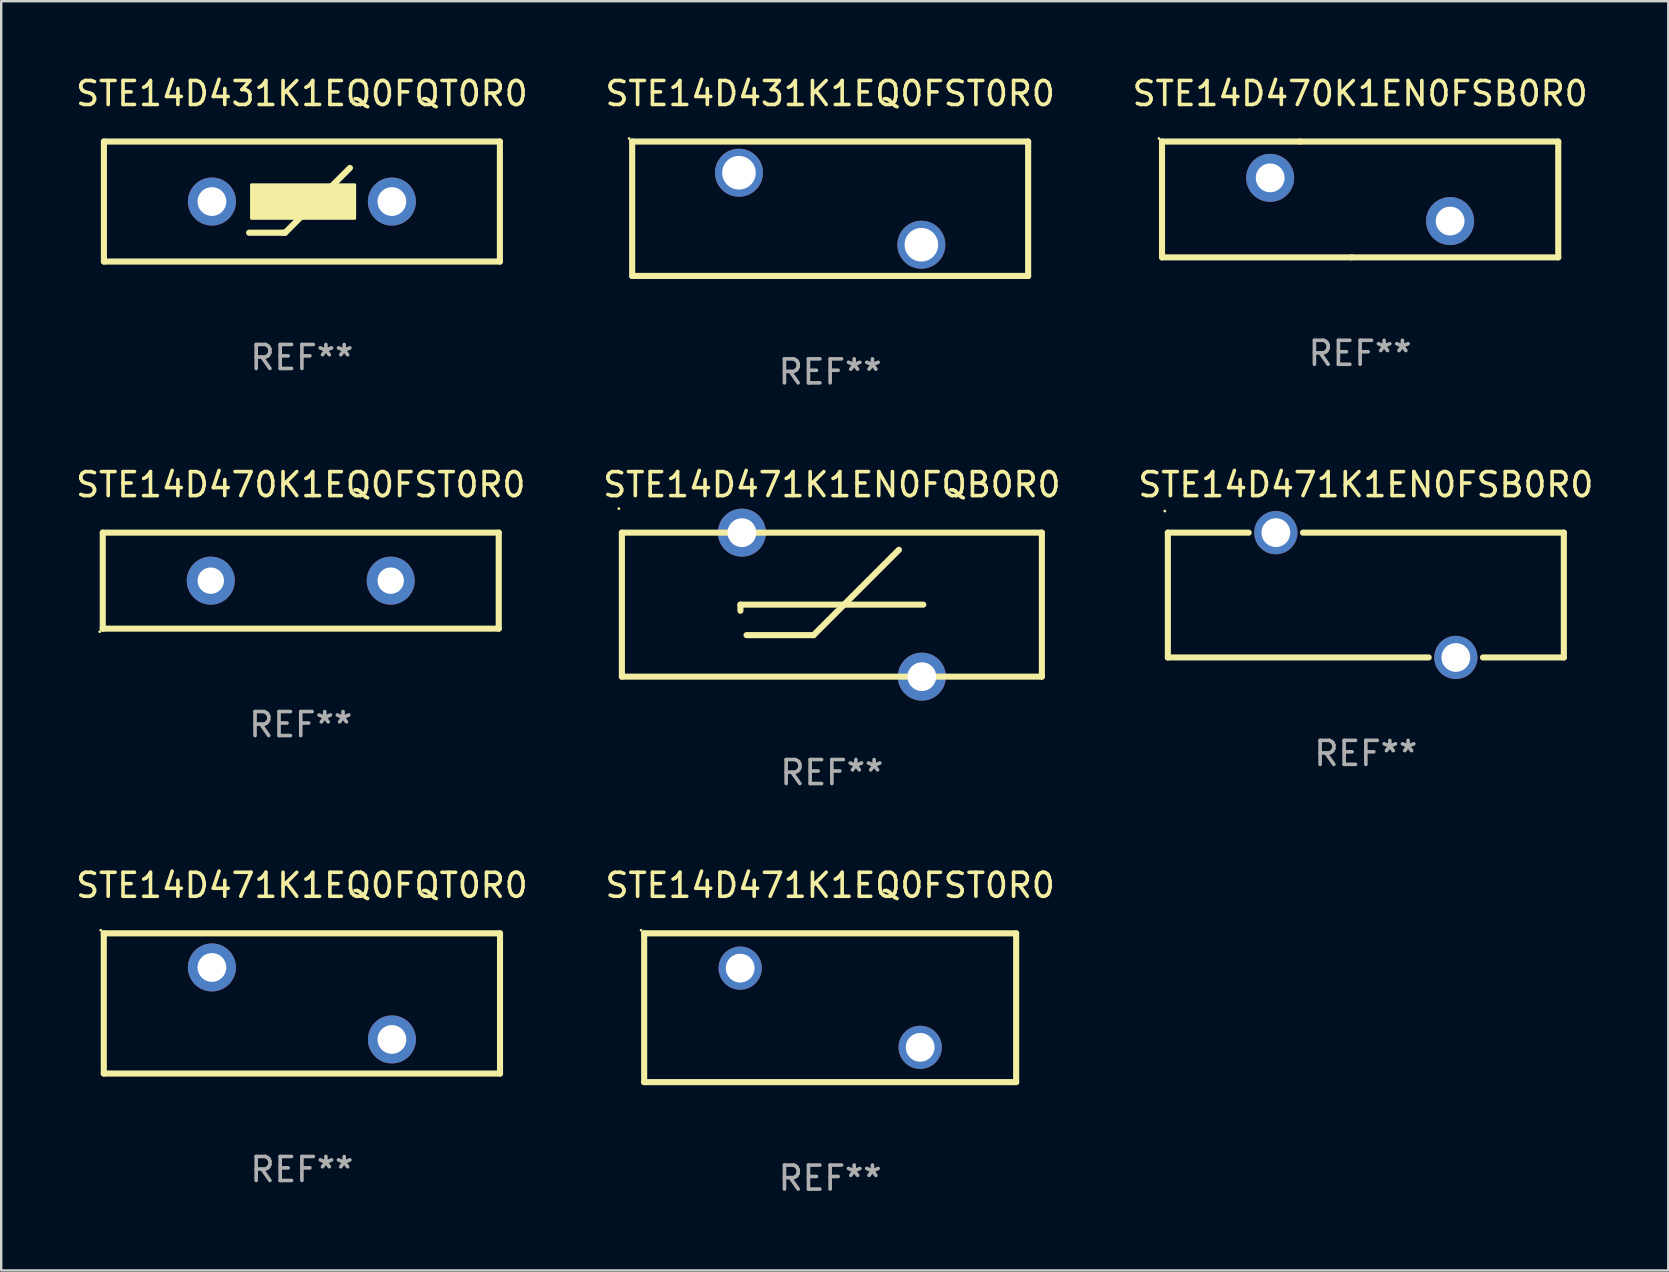
<source format=kicad_pcb>
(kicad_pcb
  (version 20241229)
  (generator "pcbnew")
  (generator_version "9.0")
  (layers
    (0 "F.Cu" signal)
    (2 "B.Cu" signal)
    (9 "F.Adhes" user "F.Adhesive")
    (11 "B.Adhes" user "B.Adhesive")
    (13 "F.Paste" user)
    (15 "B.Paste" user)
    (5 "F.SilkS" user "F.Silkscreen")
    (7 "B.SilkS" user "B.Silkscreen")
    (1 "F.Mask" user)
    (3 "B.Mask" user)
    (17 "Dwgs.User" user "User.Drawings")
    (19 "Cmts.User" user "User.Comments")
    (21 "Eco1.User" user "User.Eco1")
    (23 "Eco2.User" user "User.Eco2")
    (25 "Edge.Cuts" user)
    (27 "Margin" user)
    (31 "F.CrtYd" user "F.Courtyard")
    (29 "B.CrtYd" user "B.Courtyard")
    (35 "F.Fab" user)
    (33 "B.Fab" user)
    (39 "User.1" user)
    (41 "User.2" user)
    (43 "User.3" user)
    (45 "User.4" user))
  (footprint "STE14D470K1EN0FSB0R0"
    (layer "F.Cu")
    (at 53.625 5.261)
    (property "Reference" "STE14D470K1EN0FSB0R0" (at 0 -4.413 0) (layer "F.SilkS") (effects (font (size 1 1) (thickness 0.15))))
    (attr through_hole)
    (fp_line (start -8.255 -2.413) (end -2.515 -2.413) (stroke (width 0.254) (type solid)) (layer "F.SilkS"))
    (fp_line (start -8.255 2.413) (end -8.255 -2.413) (stroke (width 0.254) (type solid)) (layer "F.SilkS"))
    (fp_line (start -2.515 -2.413) (end 8.255 -2.413) (stroke (width 0.254) (type solid)) (layer "F.SilkS"))
    (fp_line (start -0.356 2.413) (end -8.255 2.413) (stroke (width 0.254) (type solid)) (layer "F.SilkS"))
    (fp_line (start 8.255 -2.413) (end 8.255 2.413) (stroke (width 0.254) (type solid)) (layer "F.SilkS"))
    (fp_line (start 8.255 2.413) (end -0.356 2.413) (stroke (width 0.254) (type solid)) (layer "F.SilkS"))
    (fp_circle (center -8.382 -2.54) (end -8.352 -2.54) (stroke (width 0.06) (type solid)) (fill no) (layer "F.SilkS"))
    (fp_text user "REF**" (at 0 6.413 0) (layer "F.Fab") (effects (font (size 1 1) (thickness 0.15))))
    (pad "1" thru_hole circle (at -3.749 -0.9) (size 2 2) (drill 1.2) (layers "*.Cu" "*.Mask"))
    (pad "2" thru_hole circle (at 3.749 0.9) (size 2 2) (drill 1.2) (layers "*.Cu" "*.Mask")))
  (footprint "STE14D431K1EQ0FQT0R0"
    (layer "F.Cu")
    (at 9.53 5.348)
    (property "Reference" "STE14D431K1EQ0FQT0R0" (at 0 -4.5 0) (layer "F.SilkS") (effects (font (size 1 1) (thickness 0.15))))
    (attr through_hole)
    (fp_line (start -8.25 -2.5) (end 8.25 -2.5) (stroke (width 0.254) (type solid)) (layer "F.SilkS"))
    (fp_line (start -8.25 2.5) (end -8.25 -2.5) (stroke (width 0.254) (type solid)) (layer "F.SilkS"))
    (fp_line (start -8.25 2.5) (end 8.25 2.5) (stroke (width 0.254) (type solid)) (layer "F.SilkS"))
    (fp_line (start -2.2 1.3) (end -0.8 1.3) (stroke (width 0.254) (type solid)) (layer "F.SilkS"))
    (fp_line (start -0.8 1.3) (end -0.7 1.3) (stroke (width 0.254) (type solid)) (layer "F.SilkS"))
    (fp_line (start -0.7 1.3) (end 2 -1.4) (stroke (width 0.254) (type solid)) (layer "F.SilkS"))
    (fp_line (start 8.25 -2.5) (end 8.25 2.5) (stroke (width 0.254) (type solid)) (layer "F.SilkS"))
    (fp_circle (center -8.25 2.5) (end -8.22 2.5) (stroke (width 0.06) (type solid)) (fill no) (layer "F.SilkS"))
    (fp_poly (pts (xy -2.1 -0.7) (xy 2.2 -0.7) (xy 2.2 0.7) (xy -2.1 0.7)) (stroke (width 0.12) (type solid)) (fill yes) (layer "F.SilkS"))
    (fp_text user "REF**" (at 0 6.5 0) (layer "F.Fab") (effects (font (size 1 1) (thickness 0.15))))
    (pad "1" thru_hole circle (at -3.749 0) (size 2 2) (drill 1.2) (layers "*.Cu" "*.Mask"))
    (pad "2" thru_hole circle (at 3.749 0) (size 2 2) (drill 1.2) (layers "*.Cu" "*.Mask")))
  (footprint "STE14D471K1EN0FSB0R0"
    (layer "F.Cu")
    (at 53.863 21.745)
    (property "Reference" "STE14D471K1EN0FSB0R0" (at 0 -4.6 0) (layer "F.SilkS") (effects (font (size 1 1) (thickness 0.15))))
    (attr through_hole)
    (fp_line (start -8.25 -2.6) (end -4.881 -2.6) (stroke (width 0.254) (type solid)) (layer "F.SilkS"))
    (fp_line (start -8.25 2.6) (end -8.25 -2.6) (stroke (width 0.254) (type solid)) (layer "F.SilkS"))
    (fp_line (start -8.25 2.6) (end 2.619 2.6) (stroke (width 0.254) (type solid)) (layer "F.SilkS"))
    (fp_line (start -2.619 -2.6) (end 8.25 -2.6) (stroke (width 0.254) (type solid)) (layer "F.SilkS"))
    (fp_line (start 4.881 2.6) (end 8.25 2.6) (stroke (width 0.254) (type solid)) (layer "F.SilkS"))
    (fp_line (start 8.25 -2.6) (end 8.25 2.6) (stroke (width 0.254) (type solid)) (layer "F.SilkS"))
    (fp_circle (center -8.377 -3.5) (end -8.347 -3.5) (stroke (width 0.06) (type solid)) (fill no) (layer "F.SilkS"))
    (fp_text user "REF**" (at 0 6.6 0) (layer "F.Fab") (effects (font (size 1 1) (thickness 0.15))))
    (pad "1" thru_hole circle (at -3.75 -2.6) (size 1.8 1.8) (drill 1.2) (layers "*.Cu" "*.Mask"))
    (pad "2" thru_hole circle (at 3.75 2.6) (size 1.8 1.8) (drill 1.2) (layers "*.Cu" "*.Mask")))
  (footprint "STE14D471K1EQ0FQT0R0"
    (layer "F.Cu")
    (at 9.53 38.762)
    (property "Reference" "STE14D471K1EQ0FQT0R0" (at 0 -4.921 0) (layer "F.SilkS") (effects (font (size 1 1) (thickness 0.15))))
    (attr through_hole)
    (fp_line (start -8.255 -2.921) (end 8.255 -2.921) (stroke (width 0.254) (type solid)) (layer "F.SilkS"))
    (fp_line (start -8.255 2.921) (end -8.255 -2.921) (stroke (width 0.254) (type solid)) (layer "F.SilkS"))
    (fp_line (start 8.255 -2.921) (end 8.255 2.921) (stroke (width 0.254) (type solid)) (layer "F.SilkS"))
    (fp_line (start 8.255 2.921) (end -8.255 2.921) (stroke (width 0.254) (type solid)) (layer "F.SilkS"))
    (fp_circle (center -8.382 -3.048) (end -8.352 -3.048) (stroke (width 0.06) (type solid)) (fill no) (layer "F.SilkS"))
    (fp_text user "REF**" (at 0 6.921 0) (layer "F.Fab") (effects (font (size 1 1) (thickness 0.15))))
    (pad "1" thru_hole circle (at -3.75 -1.5) (size 2 2) (drill 1.2) (layers "*.Cu" "*.Mask"))
    (pad "2" thru_hole circle (at 3.75 1.5) (size 2 2) (drill 1.2) (layers "*.Cu" "*.Mask")))
  (footprint "STE14D431K1EQ0FST0R0"
    (layer "F.Cu")
    (at 31.542 5.648)
    (property "Reference" "STE14D431K1EQ0FST0R0" (at 0 -4.8 0) (layer "F.SilkS") (effects (font (size 1 1) (thickness 0.15))))
    (attr through_hole)
    (fp_line (start -8.25 -2.8) (end 8.25 -2.8) (stroke (width 0.254) (type solid)) (layer "F.SilkS"))
    (fp_line (start -8.25 2.8) (end -8.25 -2.8) (stroke (width 0.254) (type solid)) (layer "F.SilkS"))
    (fp_line (start 8.25 -2.8) (end 8.25 2.8) (stroke (width 0.254) (type solid)) (layer "F.SilkS"))
    (fp_line (start 8.25 2.8) (end -8.25 2.8) (stroke (width 0.254) (type solid)) (layer "F.SilkS"))
    (fp_circle (center -8.377 -2.927) (end -8.347 -2.927) (stroke (width 0.06) (type solid)) (fill no) (layer "F.SilkS"))
    (fp_text user "REF**" (at 0 6.8 0) (layer "F.Fab") (effects (font (size 1 1) (thickness 0.15))))
    (pad "1" thru_hole circle (at -3.8 -1.5) (size 2 2) (drill 1.4) (layers "*.Cu" "*.Mask"))
    (pad "2" thru_hole circle (at 3.8 1.5) (size 2 2) (drill 1.4) (layers "*.Cu" "*.Mask")))
  (footprint "STE14D471K1EQ0FST0R0"
    (layer "F.Cu")
    (at 31.542 38.941)
    (property "Reference" "STE14D471K1EQ0FST0R0" (at 0 -5.1 0) (layer "F.SilkS") (effects (font (size 1 1) (thickness 0.15))))
    (attr through_hole)
    (fp_line (start -7.75 -3.1) (end 7.75 -3.1) (stroke (width 0.254) (type solid)) (layer "F.SilkS"))
    (fp_line (start -7.75 3.1) (end -7.75 -3.1) (stroke (width 0.254) (type solid)) (layer "F.SilkS"))
    (fp_line (start 7.75 -3.1) (end 7.75 3.1) (stroke (width 0.254) (type solid)) (layer "F.SilkS"))
    (fp_line (start 7.75 3.1) (end -7.75 3.1) (stroke (width 0.254) (type solid)) (layer "F.SilkS"))
    (fp_circle (center -7.877 -3.227) (end -7.847 -3.227) (stroke (width 0.06) (type solid)) (fill no) (layer "F.SilkS"))
    (fp_text user "REF**" (at 0 7.1 0) (layer "F.Fab") (effects (font (size 1 1) (thickness 0.15))))
    (pad "1" thru_hole circle (at -3.75 -1.65) (size 1.8 1.8) (drill 1.2) (layers "*.Cu" "*.Mask"))
    (pad "2" thru_hole circle (at 3.75 1.65) (size 1.8 1.8) (drill 1.2) (layers "*.Cu" "*.Mask")))
  (footprint "STE14D471K1EN0FQB0R0"
    (layer "F.Cu")
    (at 31.613 22.145)
    (property "Reference" "STE14D471K1EN0FQB0R0" (at 0 -5 0) (layer "F.SilkS") (effects (font (size 1 1) (thickness 0.15))))
    (attr through_hole)
    (fp_line (start -8.75 -3) (end -8.75 3) (stroke (width 0.254) (type solid)) (layer "F.SilkS"))
    (fp_line (start -8.75 -3) (end 8.75 -3) (stroke (width 0.254) (type solid)) (layer "F.SilkS"))
    (fp_line (start -3.81 0) (end 3.81 0) (stroke (width 0.254) (type solid)) (layer "F.SilkS"))
    (fp_line (start -3.81 0.254) (end -3.81 0) (stroke (width 0.254) (type solid)) (layer "F.SilkS"))
    (fp_line (start -3.556 1.27) (end -0.762 1.27) (stroke (width 0.254) (type solid)) (layer "F.SilkS"))
    (fp_line (start -0.762 1.27) (end 2.794 -2.286) (stroke (width 0.254) (type solid)) (layer "F.SilkS"))
    (fp_line (start 8.75 3) (end -8.75 3) (stroke (width 0.254) (type solid)) (layer "F.SilkS"))
    (fp_line (start 8.75 3) (end 8.75 -3) (stroke (width 0.254) (type solid)) (layer "F.SilkS"))
    (fp_circle (center -8.877 -4) (end -8.847 -4) (stroke (width 0.06) (type solid)) (fill no) (layer "F.SilkS"))
    (fp_text user "REF**" (at 0 7 0) (layer "F.Fab") (effects (font (size 1 1) (thickness 0.15))))
    (pad "1" thru_hole circle (at -3.749 -3) (size 2 2) (drill 1.2) (layers "*.Cu" "*.Mask"))
    (pad "2" thru_hole circle (at 3.749 3) (size 2 2) (drill 1.2) (layers "*.Cu" "*.Mask")))
  (footprint "STE14D470K1EQ0FST0R0"
    (layer "F.Cu")
    (at 9.482 21.145)
    (property "Reference" "STE14D470K1EQ0FST0R0" (at 0 -4 0) (layer "F.SilkS") (effects (font (size 1 1) (thickness 0.15))))
    (attr through_hole)
    (fp_line (start -8.25 -2) (end 8.25 -2) (stroke (width 0.254) (type solid)) (layer "F.SilkS"))
    (fp_line (start -8.25 2) (end -8.25 -2) (stroke (width 0.254) (type solid)) (layer "F.SilkS"))
    (fp_line (start 8.25 -2) (end 8.25 2) (stroke (width 0.254) (type solid)) (layer "F.SilkS"))
    (fp_line (start 8.25 2) (end -8.25 2) (stroke (width 0.254) (type solid)) (layer "F.SilkS"))
    (fp_circle (center -8.377 2.127) (end -8.347 2.127) (stroke (width 0.06) (type solid)) (fill no) (layer "F.SilkS"))
    (fp_text user "REF**" (at 0 6 0) (layer "F.Fab") (effects (font (size 1 1) (thickness 0.15))))
    (pad "1" thru_hole circle (at -3.749 0) (size 2 2) (drill 1.1) (layers "*.Cu" "*.Mask"))
    (pad "2" thru_hole circle (at 3.749 0) (size 2 2) (drill 1.1) (layers "*.Cu" "*.Mask")))
  (gr_rect
    (start -3 -3)
    (end 66.464 49.89)
    (stroke (width 0.1) (type default))
    (fill no)
    (layer "Edge.Cuts")))
</source>
